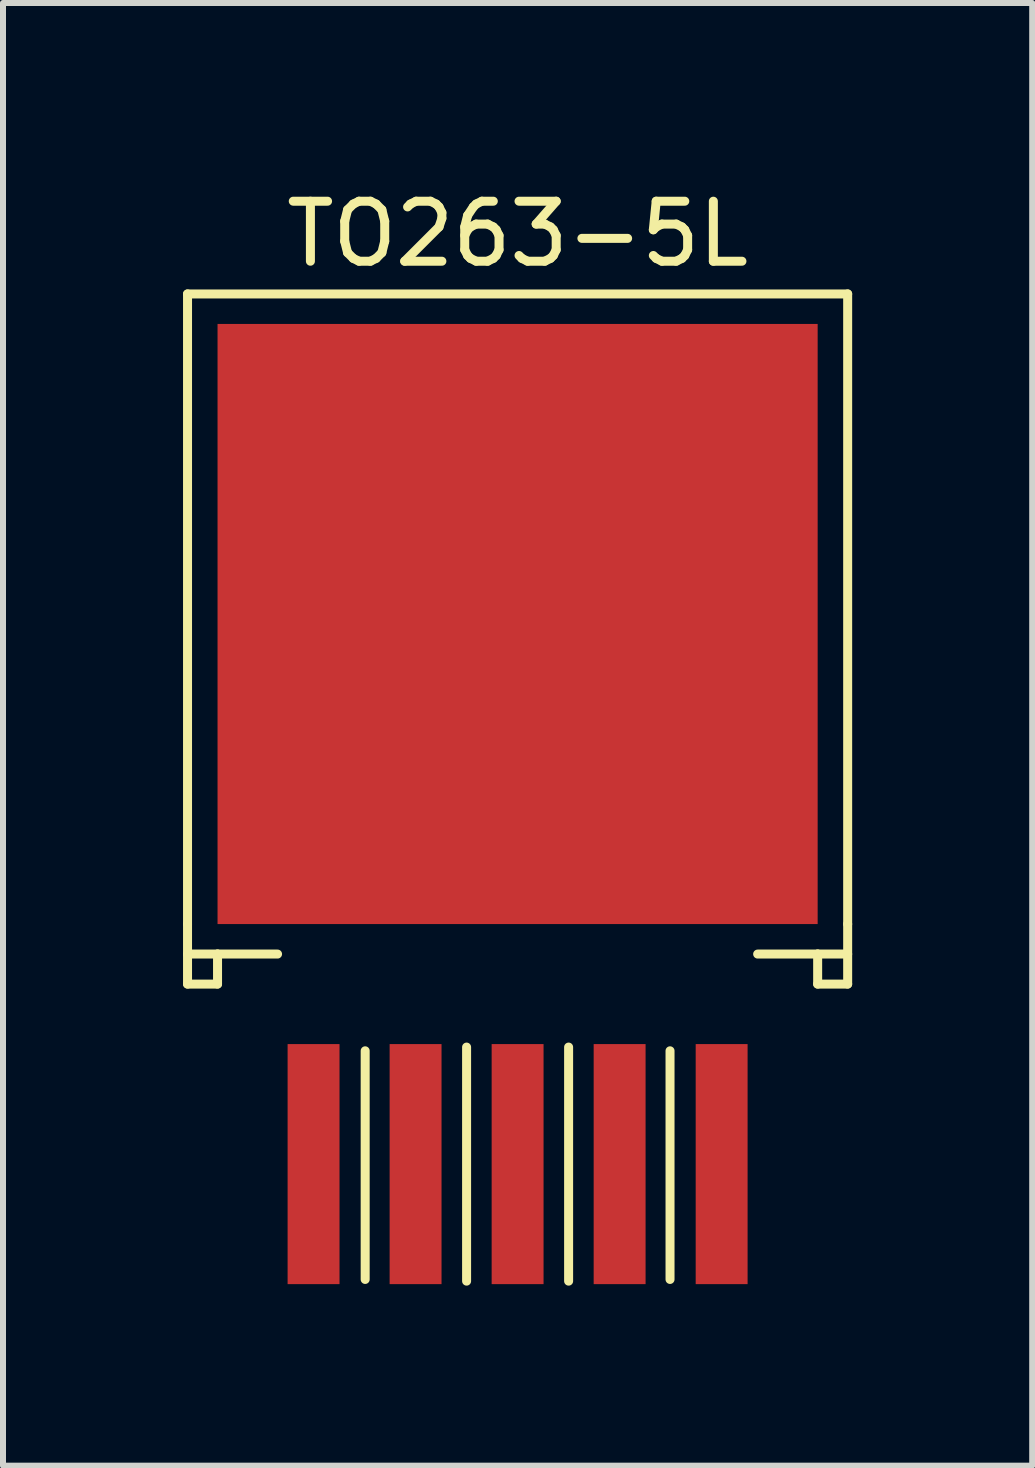
<source format=kicad_pcb>
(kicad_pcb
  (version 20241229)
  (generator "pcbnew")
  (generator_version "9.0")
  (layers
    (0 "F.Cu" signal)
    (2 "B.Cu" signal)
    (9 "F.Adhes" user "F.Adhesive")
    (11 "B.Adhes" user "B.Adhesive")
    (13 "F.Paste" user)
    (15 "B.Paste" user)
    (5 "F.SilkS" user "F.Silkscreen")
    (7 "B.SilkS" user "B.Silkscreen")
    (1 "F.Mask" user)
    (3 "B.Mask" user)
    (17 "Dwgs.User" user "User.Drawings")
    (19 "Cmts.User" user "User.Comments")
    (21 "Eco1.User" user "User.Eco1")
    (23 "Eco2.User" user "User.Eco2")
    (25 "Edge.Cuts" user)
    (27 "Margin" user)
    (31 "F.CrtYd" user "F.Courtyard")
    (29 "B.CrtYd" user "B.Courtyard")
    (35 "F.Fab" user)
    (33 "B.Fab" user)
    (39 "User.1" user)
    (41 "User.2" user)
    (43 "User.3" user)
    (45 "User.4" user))
  (footprint "TO263-5L"
    (layer "F.Cu")
    (at 5.575 7.348)
    (property "Reference" "TO263-5L" (at 0 -6.5 0) (layer "F.SilkS") (effects (font (size 1 1) (thickness 0.15))))
    (attr through_hole)
    (fp_line (start -5.5 -5.5) (end 5.5 -5.5) (stroke (width 0.15) (type solid)) (layer "F.SilkS"))
    (fp_line (start -5.5 5) (end -5.5 -5.5) (stroke (width 0.15) (type solid)) (layer "F.SilkS"))
    (fp_line (start -5.5 6) (end -5.5 5) (stroke (width 0.15) (type solid)) (layer "F.SilkS"))
    (fp_line (start -5.5 6) (end -5 6) (stroke (width 0.15) (type solid)) (layer "F.SilkS"))
    (fp_line (start -5 5.5) (end -5.5 5.5) (stroke (width 0.15) (type solid)) (layer "F.SilkS"))
    (fp_line (start -5 5.5) (end -4 5.5) (stroke (width 0.15) (type solid)) (layer "F.SilkS"))
    (fp_line (start -5 6) (end -5 5.5) (stroke (width 0.15) (type solid)) (layer "F.SilkS"))
    (fp_line (start -2.54 10.922) (end -2.54 7.112) (stroke (width 0.15) (type solid)) (layer "F.SilkS"))
    (fp_line (start -0.85 10.95) (end -0.85 7.05) (stroke (width 0.15) (type solid)) (layer "F.SilkS"))
    (fp_line (start 0.85 10.95) (end 0.85 7.05) (stroke (width 0.15) (type solid)) (layer "F.SilkS"))
    (fp_line (start 2.54 10.922) (end 2.54 7.112) (stroke (width 0.15) (type solid)) (layer "F.SilkS"))
    (fp_line (start 5 5.5) (end 4 5.5) (stroke (width 0.15) (type solid)) (layer "F.SilkS"))
    (fp_line (start 5 6) (end 5 5.5) (stroke (width 0.15) (type solid)) (layer "F.SilkS"))
    (fp_line (start 5.5 -5.5) (end 5.5 5) (stroke (width 0.15) (type solid)) (layer "F.SilkS"))
    (fp_line (start 5.5 5) (end 5.5 6) (stroke (width 0.15) (type solid)) (layer "F.SilkS"))
    (fp_line (start 5.5 5.5) (end 5 5.5) (stroke (width 0.15) (type solid)) (layer "F.SilkS"))
    (fp_line (start 5.5 6) (end 5 6) (stroke (width 0.15) (type solid)) (layer "F.SilkS"))
    (pad "0" smd rect (at 0 0) (size 10 10) (layers "F.Cu" "F.Mask" "F.Paste"))
    (pad "1" smd rect (at -3.4 9) (size 0.865 4) (layers "F.Cu" "F.Mask" "F.Paste"))
    (pad "2" smd rect (at -1.7 9) (size 0.865 4) (layers "F.Cu" "F.Mask" "F.Paste"))
    (pad "3" smd rect (at 0 9) (size 0.865 4) (layers "F.Cu" "F.Mask" "F.Paste"))
    (pad "4" smd rect (at 1.7 9) (size 0.865 4) (layers "F.Cu" "F.Mask" "F.Paste"))
    (pad "5" smd rect (at 3.4 9) (size 0.865 4) (layers "F.Cu" "F.Mask" "F.Paste")))
  (gr_rect
    (start -3 -3)
    (end 14.15 21.373)
    (stroke (width 0.1) (type default))
    (fill no)
    (layer "Edge.Cuts")))
</source>
